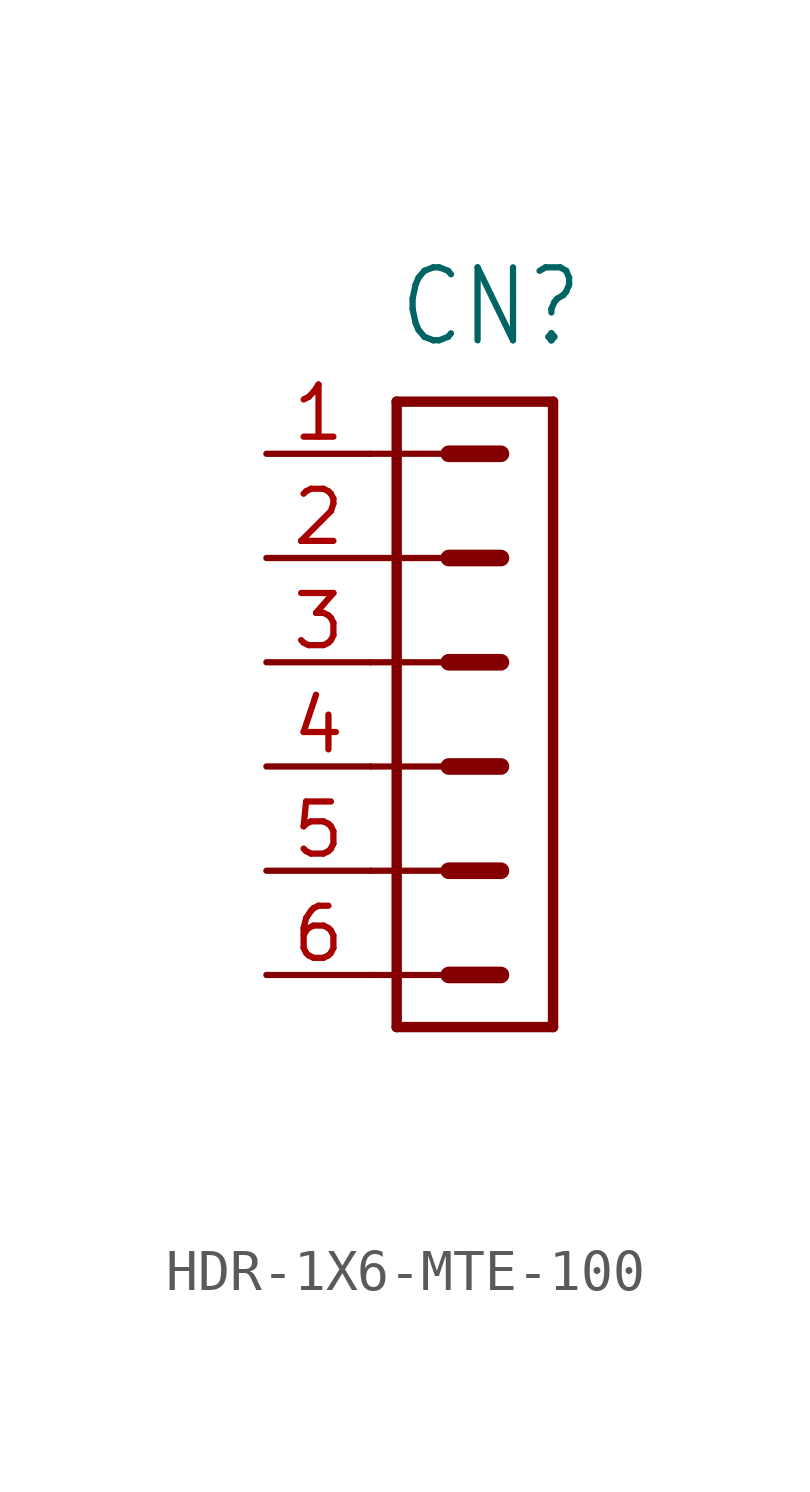
<source format=kicad_sym>
(kicad_symbol_lib
  (version 20220914)
  (generator kicad_symbol_editor)
  (symbol "HDR-1X6-MTE-100"
    (property "Reference" "CN"
      (at -1.905 7.62 0)
      (effects (font (size 1.778 1.511)) (justify left bottom)))
    (property "Value" ""
      (at -1.905 -11.748 0)
      (effects (font (size 1.778 1.511)) (justify left bottom)))
    (property "ki_locked" ""
      (at 0 0 0)
      (effects (font (size 1.27 1.27))))
    (symbol "HDR-1X6-MTE-100_1_0"
      (polyline (pts (xy -2.54 -7.62) (xy -0.635 -7.62)) (stroke (width 0.152) (type solid)) (fill (type none)))
      (polyline (pts (xy -2.54 -5.08) (xy -0.635 -5.08)) (stroke (width 0.152) (type solid)) (fill (type none)))
      (polyline (pts (xy -2.54 -2.54) (xy -0.635 -2.54)) (stroke (width 0.152) (type solid)) (fill (type none)))
      (polyline (pts (xy -2.54 0) (xy -0.635 0)) (stroke (width 0.152) (type solid)) (fill (type none)))
      (polyline (pts (xy -2.54 2.54) (xy -0.635 2.54)) (stroke (width 0.152) (type solid)) (fill (type none)))
      (polyline (pts (xy -2.54 5.08) (xy -0.635 5.08)) (stroke (width 0.152) (type solid)) (fill (type none)))
      (polyline (pts (xy -1.905 -8.89) (xy -1.905 6.35)) (stroke (width 0.254) (type solid)) (fill (type none)))
      (polyline (pts (xy -1.905 -8.89) (xy 1.905 -8.89)) (stroke (width 0.254) (type solid)) (fill (type none)))
      (polyline (pts (xy -0.635 -7.62) (xy 0.635 -7.62)) (stroke (width 0.406) (type solid)) (fill (type none)))
      (polyline (pts (xy -0.635 -5.08) (xy 0.635 -5.08)) (stroke (width 0.406) (type solid)) (fill (type none)))
      (polyline (pts (xy -0.635 -2.54) (xy 0.635 -2.54)) (stroke (width 0.406) (type solid)) (fill (type none)))
      (polyline (pts (xy -0.635 0) (xy 0.635 0)) (stroke (width 0.406) (type solid)) (fill (type none)))
      (polyline (pts (xy -0.635 2.54) (xy 0.635 2.54)) (stroke (width 0.406) (type solid)) (fill (type none)))
      (polyline (pts (xy -0.635 5.08) (xy 0.635 5.08)) (stroke (width 0.406) (type solid)) (fill (type none)))
      (polyline (pts (xy 1.905 6.35) (xy -1.905 6.35)) (stroke (width 0.254) (type solid)) (fill (type none)))
      (polyline (pts (xy 1.905 6.35) (xy 1.905 -8.89)) (stroke (width 0.254) (type solid)) (fill (type none)))
      (pin passive line (at -5.08 5.08 0) (length 2.54) (name "1" (effects (font (size 0 0)))) (number "1" (effects (font (size 1.27 1.27)))))
      (pin passive line (at -5.08 2.54 0) (length 2.54) (name "2" (effects (font (size 0 0)))) (number "2" (effects (font (size 1.27 1.27)))))
      (pin passive line (at -5.08 0 0) (length 2.54) (name "3" (effects (font (size 0 0)))) (number "3" (effects (font (size 1.27 1.27)))))
      (pin passive line (at -5.08 -2.54 0) (length 2.54) (name "4" (effects (font (size 0 0)))) (number "4" (effects (font (size 1.27 1.27)))))
      (pin passive line (at -5.08 -5.08 0) (length 2.54) (name "5" (effects (font (size 0 0)))) (number "5" (effects (font (size 1.27 1.27)))))
      (pin passive line (at -5.08 -7.62 0) (length 2.54) (name "6" (effects (font (size 0 0)))) (number "6" (effects (font (size 1.27 1.27))))))))
</source>
